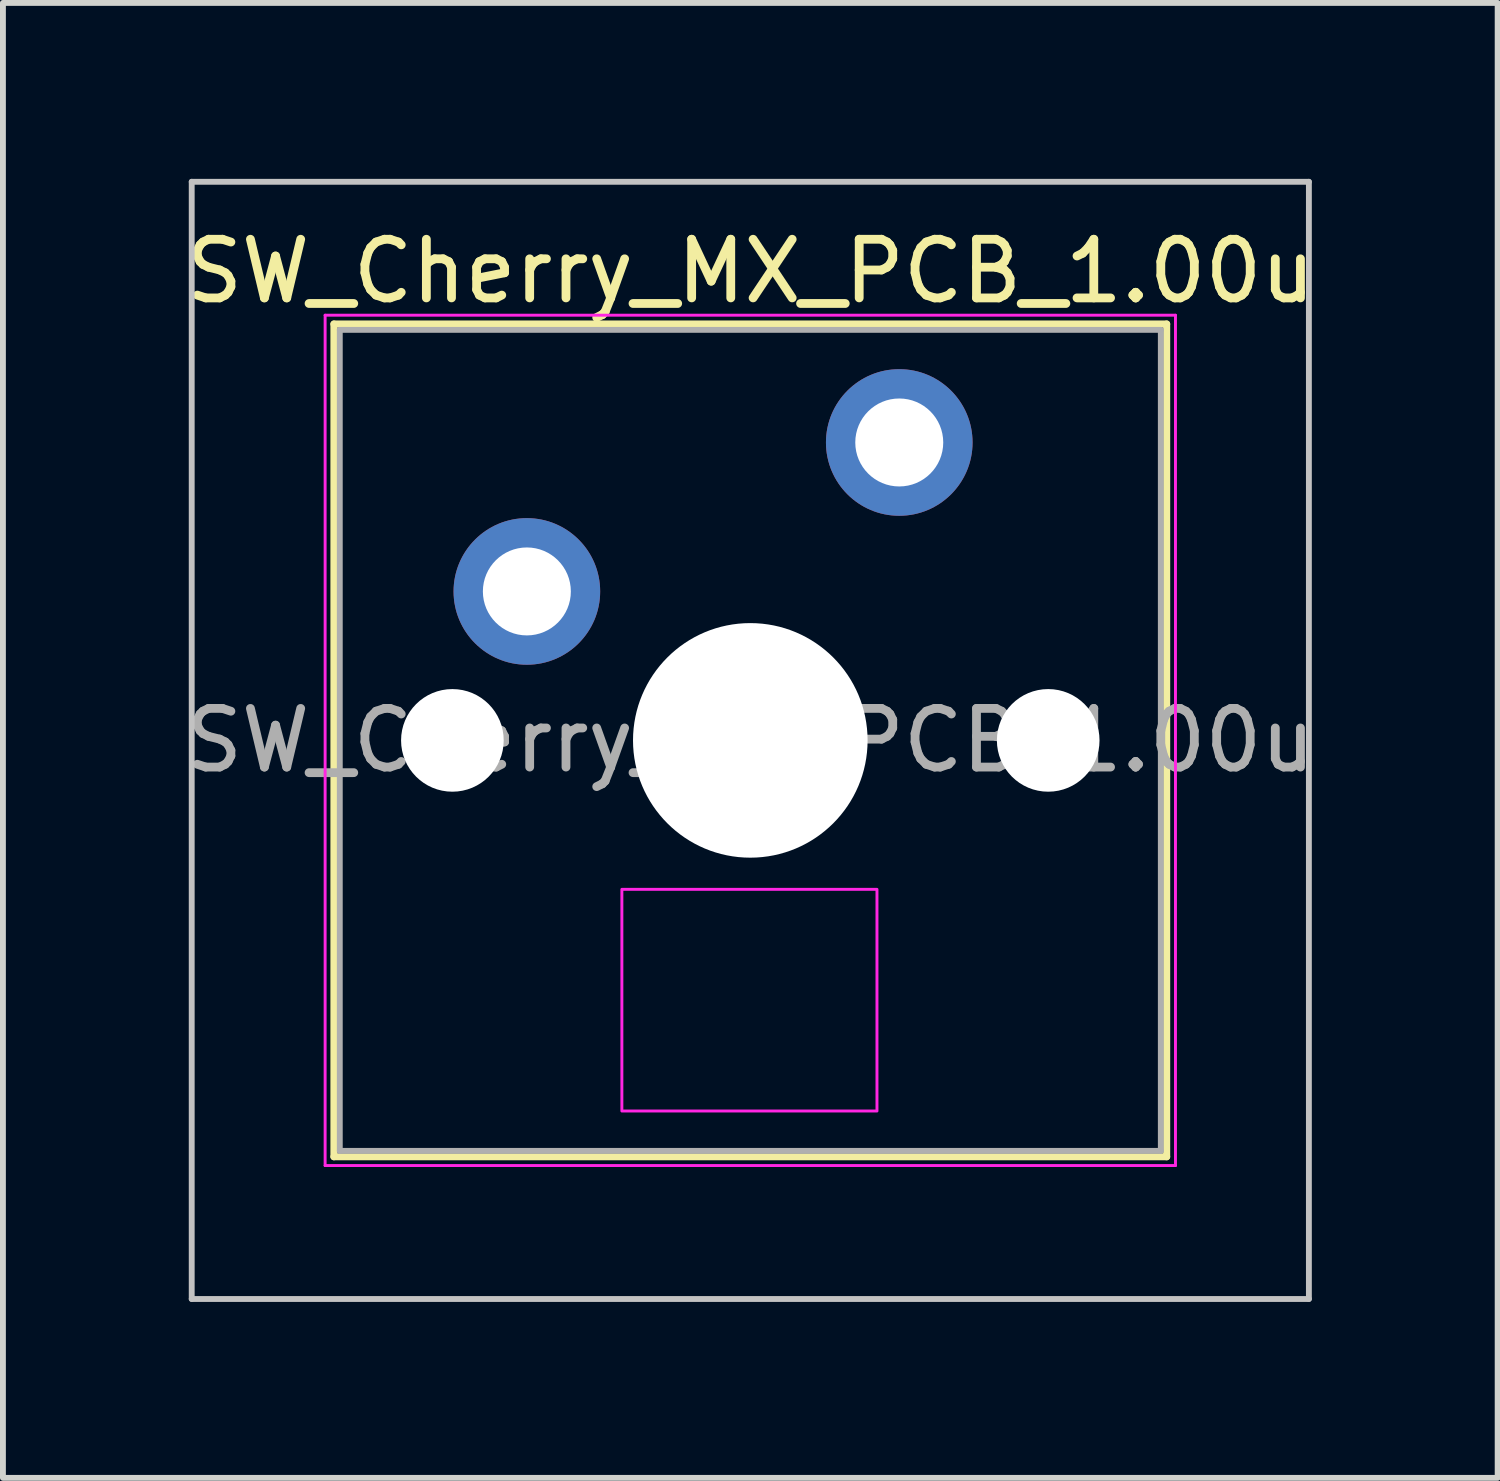
<source format=kicad_pcb>
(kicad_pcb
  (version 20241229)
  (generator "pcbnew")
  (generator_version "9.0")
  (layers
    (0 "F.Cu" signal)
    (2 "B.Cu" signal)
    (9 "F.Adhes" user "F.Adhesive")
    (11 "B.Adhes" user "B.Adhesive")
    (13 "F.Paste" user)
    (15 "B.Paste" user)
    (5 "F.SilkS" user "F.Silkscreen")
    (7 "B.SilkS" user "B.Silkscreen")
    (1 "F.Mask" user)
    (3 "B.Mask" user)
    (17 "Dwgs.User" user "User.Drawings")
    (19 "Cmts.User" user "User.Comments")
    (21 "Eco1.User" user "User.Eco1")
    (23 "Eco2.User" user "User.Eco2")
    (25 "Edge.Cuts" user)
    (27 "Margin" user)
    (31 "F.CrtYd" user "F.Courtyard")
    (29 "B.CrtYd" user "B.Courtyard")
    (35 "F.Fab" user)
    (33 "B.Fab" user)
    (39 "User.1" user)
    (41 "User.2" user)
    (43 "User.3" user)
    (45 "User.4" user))
  (footprint "SW_Cherry_MX_PCB_1.00u"
    (layer "F.Cu")
    (at 9.744 9.575)
    (property "Reference" "SW_Cherry_MX_PCB_1.00u" (at 0 -8 0) (layer "F.SilkS") (effects (font (size 1 1) (thickness 0.15))))
    (attr through_hole)
    (fp_line (start -7.1 -7.1) (end -7.1 7.1) (stroke (width 0.12) (type solid)) (layer "F.SilkS"))
    (fp_line (start -7.1 7.1) (end 7.1 7.1) (stroke (width 0.12) (type solid)) (layer "F.SilkS"))
    (fp_line (start 7.1 -7.1) (end -7.1 -7.1) (stroke (width 0.12) (type solid)) (layer "F.SilkS"))
    (fp_line (start 7.1 7.1) (end 7.1 -7.1) (stroke (width 0.12) (type solid)) (layer "F.SilkS"))
    (fp_line (start -9.525 -9.525) (end -9.525 9.525) (stroke (width 0.1) (type solid)) (layer "Dwgs.User"))
    (fp_line (start -9.525 9.525) (end 9.525 9.525) (stroke (width 0.1) (type solid)) (layer "Dwgs.User"))
    (fp_line (start 9.525 -9.525) (end -9.525 -9.525) (stroke (width 0.1) (type solid)) (layer "Dwgs.User"))
    (fp_line (start 9.525 9.525) (end 9.525 -9.525) (stroke (width 0.1) (type solid)) (layer "Dwgs.User"))
    (fp_line (start -7 -7) (end -7 7) (stroke (width 0.1) (type solid)) (layer "Eco1.User"))
    (fp_line (start -7 7) (end 7 7) (stroke (width 0.1) (type solid)) (layer "Eco1.User"))
    (fp_line (start 7 -7) (end -7 -7) (stroke (width 0.1) (type solid)) (layer "Eco1.User"))
    (fp_line (start 7 7) (end 7 -7) (stroke (width 0.1) (type solid)) (layer "Eco1.User"))
    (fp_line (start -7.25 -7.25) (end -7.25 7.25) (stroke (width 0.05) (type solid)) (layer "F.CrtYd"))
    (fp_line (start -7.25 7.25) (end 7.25 7.25) (stroke (width 0.05) (type solid)) (layer "F.CrtYd"))
    (fp_line (start 7.25 -7.25) (end -7.25 -7.25) (stroke (width 0.05) (type solid)) (layer "F.CrtYd"))
    (fp_line (start 7.25 7.25) (end 7.25 -7.25) (stroke (width 0.05) (type solid)) (layer "F.CrtYd"))
    (fp_rect (start 2.16 6.32) (end -2.19 2.54) (stroke (width 0.05) (type default)) (fill no) (layer "F.CrtYd"))
    (fp_line (start -7 -7) (end -7 7) (stroke (width 0.1) (type solid)) (layer "F.Fab"))
    (fp_line (start -7 7) (end 7 7) (stroke (width 0.1) (type solid)) (layer "F.Fab"))
    (fp_line (start 7 -7) (end -7 -7) (stroke (width 0.1) (type solid)) (layer "F.Fab"))
    (fp_line (start 7 7) (end 7 -7) (stroke (width 0.1) (type solid)) (layer "F.Fab"))
    (fp_text user "${REFERENCE}" (at 0 0 0) (layer "F.Fab") (effects (font (size 1 1) (thickness 0.15))))
    (pad "" np_thru_hole circle (at -5.08 0) (size 1.75 1.75) (drill 1.75) (layers "*.Cu" "*.Mask"))
    (pad "" np_thru_hole circle (at 0 0) (size 4 4) (drill 4) (layers "*.Cu" "*.Mask"))
    (pad "" np_thru_hole circle (at 5.08 0) (size 1.75 1.75) (drill 1.75) (layers "*.Cu" "*.Mask"))
    (pad "1" thru_hole circle (at -3.81 -2.54) (size 2.5 2.5) (drill 1.5) (layers "*.Cu" "*.Mask"))
    (pad "2" thru_hole circle (at 2.54 -5.08) (size 2.5 2.5) (drill 1.5) (layers "*.Cu" "*.Mask")))
  (gr_rect
    (start -3 -3)
    (end 22.488 22.15)
    (stroke (width 0.1) (type default))
    (fill no)
    (layer "Edge.Cuts")))
</source>
